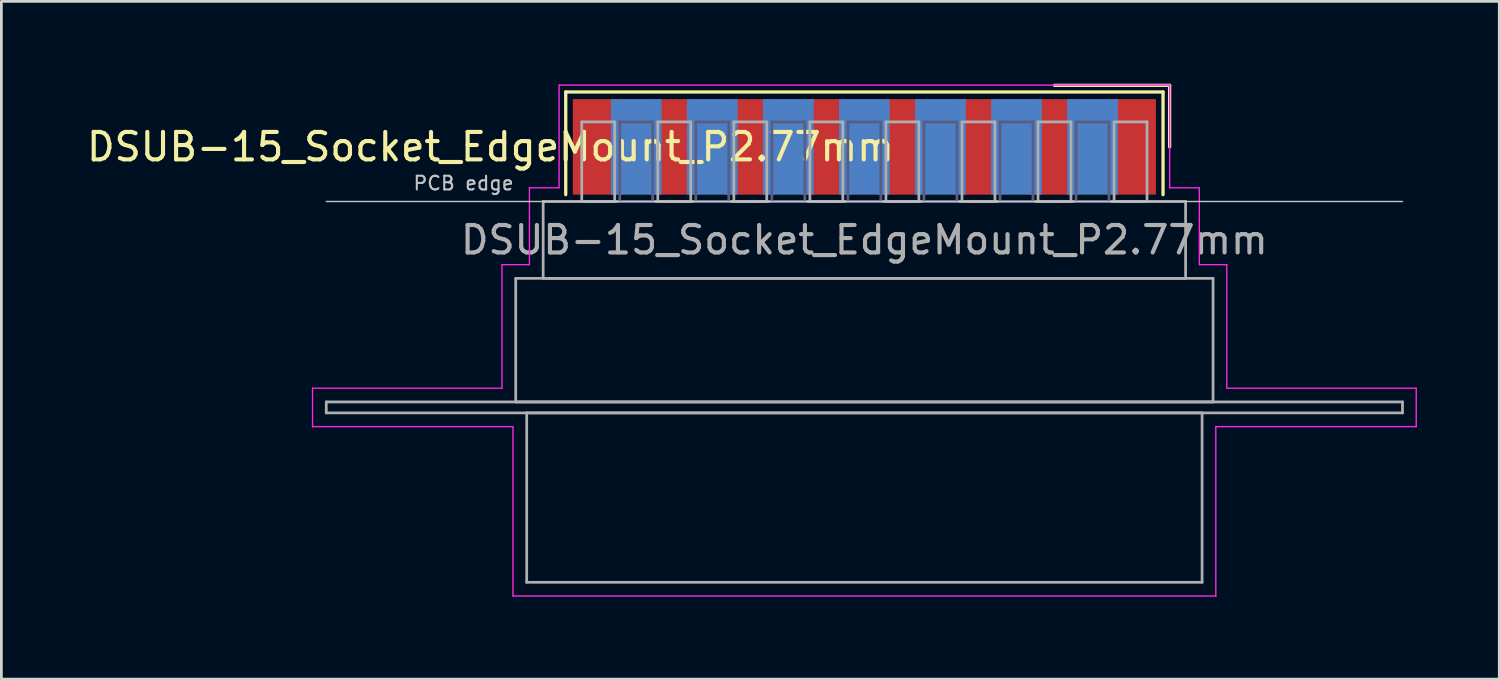
<source format=kicad_pcb>
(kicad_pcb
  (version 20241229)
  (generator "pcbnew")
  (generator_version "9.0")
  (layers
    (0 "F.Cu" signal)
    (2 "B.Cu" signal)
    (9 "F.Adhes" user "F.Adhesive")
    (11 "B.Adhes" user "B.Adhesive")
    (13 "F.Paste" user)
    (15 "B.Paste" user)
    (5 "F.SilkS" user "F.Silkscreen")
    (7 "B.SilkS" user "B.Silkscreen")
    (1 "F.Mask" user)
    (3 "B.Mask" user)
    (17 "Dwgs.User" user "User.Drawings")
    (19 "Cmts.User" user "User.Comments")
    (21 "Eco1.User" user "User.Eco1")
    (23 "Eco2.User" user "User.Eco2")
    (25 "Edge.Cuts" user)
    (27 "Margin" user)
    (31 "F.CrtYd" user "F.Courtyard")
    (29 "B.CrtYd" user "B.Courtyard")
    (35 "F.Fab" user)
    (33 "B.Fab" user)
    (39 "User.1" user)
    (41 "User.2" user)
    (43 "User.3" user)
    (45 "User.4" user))
  (footprint "DSUB-15_Socket_EdgeMount_P2.77mm"
    (layer "F.Cu")
    (at 28.434 2.3)
    (property "Reference" "DSUB-15_Socket_EdgeMount_P2.77mm" (at -13.618 0 0) (layer "F.SilkS") (effects (font (size 1 1) (thickness 0.15))))
    (attr smd)
    (fp_line (start -10.878 -2) (end -10.878 1.74) (stroke (width 0.12) (type solid)) (layer "F.SilkS"))
    (fp_line (start 10.878 -2) (end -10.878 -2) (stroke (width 0.12) (type solid)) (layer "F.SilkS"))
    (fp_line (start 10.878 1.74) (end 10.878 -2) (stroke (width 0.12) (type solid)) (layer "F.SilkS"))
    (fp_line (start 11.118 -2.24) (end 6.925 -2.24) (stroke (width 0.12) (type solid)) (layer "F.SilkS"))
    (fp_line (start 11.118 0) (end 11.118 -2.24) (stroke (width 0.12) (type solid)) (layer "F.SilkS"))
    (fp_line (start -19.6 1.99) (end 19.6 1.99) (stroke (width 0.05) (type solid)) (layer "Dwgs.User"))
    (fp_line (start -20.1 8.79) (end -13.2 8.79) (stroke (width 0.05) (type solid)) (layer "F.CrtYd"))
    (fp_line (start -20.1 10.19) (end -20.1 8.79) (stroke (width 0.05) (type solid)) (layer "F.CrtYd"))
    (fp_line (start -13.2 4.29) (end -12.2 4.29) (stroke (width 0.05) (type solid)) (layer "F.CrtYd"))
    (fp_line (start -13.2 8.79) (end -13.2 4.29) (stroke (width 0.05) (type solid)) (layer "F.CrtYd"))
    (fp_line (start -12.8 10.19) (end -20.1 10.19) (stroke (width 0.05) (type solid)) (layer "F.CrtYd"))
    (fp_line (start -12.8 16.36) (end -12.8 10.19) (stroke (width 0.05) (type solid)) (layer "F.CrtYd"))
    (fp_line (start -12.2 1.49) (end -11.12 1.49) (stroke (width 0.05) (type solid)) (layer "F.CrtYd"))
    (fp_line (start -12.2 4.29) (end -12.2 1.49) (stroke (width 0.05) (type solid)) (layer "F.CrtYd"))
    (fp_line (start -11.12 -2.25) (end 11.12 -2.25) (stroke (width 0.05) (type solid)) (layer "F.CrtYd"))
    (fp_line (start -11.12 1.49) (end -11.12 -2.25) (stroke (width 0.05) (type solid)) (layer "F.CrtYd"))
    (fp_line (start 11.12 -2.25) (end 11.12 1.49) (stroke (width 0.05) (type solid)) (layer "F.CrtYd"))
    (fp_line (start 11.12 1.49) (end 12.2 1.49) (stroke (width 0.05) (type solid)) (layer "F.CrtYd"))
    (fp_line (start 12.2 1.49) (end 12.2 4.29) (stroke (width 0.05) (type solid)) (layer "F.CrtYd"))
    (fp_line (start 12.2 4.29) (end 13.2 4.29) (stroke (width 0.05) (type solid)) (layer "F.CrtYd"))
    (fp_line (start 12.8 10.19) (end 12.8 16.36) (stroke (width 0.05) (type solid)) (layer "F.CrtYd"))
    (fp_line (start 12.8 16.36) (end -12.8 16.36) (stroke (width 0.05) (type solid)) (layer "F.CrtYd"))
    (fp_line (start 13.2 4.29) (end 13.2 8.79) (stroke (width 0.05) (type solid)) (layer "F.CrtYd"))
    (fp_line (start 13.2 8.79) (end 20.1 8.79) (stroke (width 0.05) (type solid)) (layer "F.CrtYd"))
    (fp_line (start 20.1 8.79) (end 20.1 10.19) (stroke (width 0.05) (type solid)) (layer "F.CrtYd"))
    (fp_line (start 20.1 10.19) (end 12.8 10.19) (stroke (width 0.05) (type solid)) (layer "F.CrtYd"))
    (fp_line (start -8.91 -0.91) (end -8.91 1.99) (stroke (width 0.1) (type solid)) (layer "B.Fab"))
    (fp_line (start -8.91 1.99) (end -7.71 1.99) (stroke (width 0.1) (type solid)) (layer "B.Fab"))
    (fp_line (start -7.71 -0.91) (end -8.91 -0.91) (stroke (width 0.1) (type solid)) (layer "B.Fab"))
    (fp_line (start -7.71 1.99) (end -7.71 -0.91) (stroke (width 0.1) (type solid)) (layer "B.Fab"))
    (fp_line (start -6.14 -0.91) (end -6.14 1.99) (stroke (width 0.1) (type solid)) (layer "B.Fab"))
    (fp_line (start -6.14 1.99) (end -4.94 1.99) (stroke (width 0.1) (type solid)) (layer "B.Fab"))
    (fp_line (start -4.94 -0.91) (end -6.14 -0.91) (stroke (width 0.1) (type solid)) (layer "B.Fab"))
    (fp_line (start -4.94 1.99) (end -4.94 -0.91) (stroke (width 0.1) (type solid)) (layer "B.Fab"))
    (fp_line (start -3.37 -0.91) (end -3.37 1.99) (stroke (width 0.1) (type solid)) (layer "B.Fab"))
    (fp_line (start -3.37 1.99) (end -2.17 1.99) (stroke (width 0.1) (type solid)) (layer "B.Fab"))
    (fp_line (start -2.17 -0.91) (end -3.37 -0.91) (stroke (width 0.1) (type solid)) (layer "B.Fab"))
    (fp_line (start -2.17 1.99) (end -2.17 -0.91) (stroke (width 0.1) (type solid)) (layer "B.Fab"))
    (fp_line (start -0.6 -0.91) (end -0.6 1.99) (stroke (width 0.1) (type solid)) (layer "B.Fab"))
    (fp_line (start -0.6 1.99) (end 0.6 1.99) (stroke (width 0.1) (type solid)) (layer "B.Fab"))
    (fp_line (start 0.6 -0.91) (end -0.6 -0.91) (stroke (width 0.1) (type solid)) (layer "B.Fab"))
    (fp_line (start 0.6 1.99) (end 0.6 -0.91) (stroke (width 0.1) (type solid)) (layer "B.Fab"))
    (fp_line (start 2.17 -0.91) (end 2.17 1.99) (stroke (width 0.1) (type solid)) (layer "B.Fab"))
    (fp_line (start 2.17 1.99) (end 3.37 1.99) (stroke (width 0.1) (type solid)) (layer "B.Fab"))
    (fp_line (start 3.37 -0.91) (end 2.17 -0.91) (stroke (width 0.1) (type solid)) (layer "B.Fab"))
    (fp_line (start 3.37 1.99) (end 3.37 -0.91) (stroke (width 0.1) (type solid)) (layer "B.Fab"))
    (fp_line (start 4.94 -0.91) (end 4.94 1.99) (stroke (width 0.1) (type solid)) (layer "B.Fab"))
    (fp_line (start 4.94 1.99) (end 6.14 1.99) (stroke (width 0.1) (type solid)) (layer "B.Fab"))
    (fp_line (start 6.14 -0.91) (end 4.94 -0.91) (stroke (width 0.1) (type solid)) (layer "B.Fab"))
    (fp_line (start 6.14 1.99) (end 6.14 -0.91) (stroke (width 0.1) (type solid)) (layer "B.Fab"))
    (fp_line (start 7.71 -0.91) (end 7.71 1.99) (stroke (width 0.1) (type solid)) (layer "B.Fab"))
    (fp_line (start 7.71 1.99) (end 8.91 1.99) (stroke (width 0.1) (type solid)) (layer "B.Fab"))
    (fp_line (start 8.91 -0.91) (end 7.71 -0.91) (stroke (width 0.1) (type solid)) (layer "B.Fab"))
    (fp_line (start 8.91 1.99) (end 8.91 -0.91) (stroke (width 0.1) (type solid)) (layer "B.Fab"))
    (fp_line (start -19.6 9.29) (end -19.6 9.69) (stroke (width 0.1) (type solid)) (layer "F.Fab"))
    (fp_line (start -19.6 9.69) (end 19.6 9.69) (stroke (width 0.1) (type solid)) (layer "F.Fab"))
    (fp_line (start -12.7 4.79) (end -12.7 9.29) (stroke (width 0.1) (type solid)) (layer "F.Fab"))
    (fp_line (start -12.7 9.29) (end 12.7 9.29) (stroke (width 0.1) (type solid)) (layer "F.Fab"))
    (fp_line (start -12.3 9.69) (end -12.3 15.86) (stroke (width 0.1) (type solid)) (layer "F.Fab"))
    (fp_line (start -12.3 15.86) (end 12.3 15.86) (stroke (width 0.1) (type solid)) (layer "F.Fab"))
    (fp_line (start -11.7 1.99) (end -11.7 4.79) (stroke (width 0.1) (type solid)) (layer "F.Fab"))
    (fp_line (start -11.7 4.79) (end 11.7 4.79) (stroke (width 0.1) (type solid)) (layer "F.Fab"))
    (fp_line (start -10.295 -0.91) (end -10.295 1.99) (stroke (width 0.1) (type solid)) (layer "F.Fab"))
    (fp_line (start -10.295 1.99) (end -9.095 1.99) (stroke (width 0.1) (type solid)) (layer "F.Fab"))
    (fp_line (start -9.095 -0.91) (end -10.295 -0.91) (stroke (width 0.1) (type solid)) (layer "F.Fab"))
    (fp_line (start -9.095 1.99) (end -9.095 -0.91) (stroke (width 0.1) (type solid)) (layer "F.Fab"))
    (fp_line (start -7.525 -0.91) (end -7.525 1.99) (stroke (width 0.1) (type solid)) (layer "F.Fab"))
    (fp_line (start -7.525 1.99) (end -6.325 1.99) (stroke (width 0.1) (type solid)) (layer "F.Fab"))
    (fp_line (start -6.325 -0.91) (end -7.525 -0.91) (stroke (width 0.1) (type solid)) (layer "F.Fab"))
    (fp_line (start -6.325 1.99) (end -6.325 -0.91) (stroke (width 0.1) (type solid)) (layer "F.Fab"))
    (fp_line (start -4.755 -0.91) (end -4.755 1.99) (stroke (width 0.1) (type solid)) (layer "F.Fab"))
    (fp_line (start -4.755 1.99) (end -3.555 1.99) (stroke (width 0.1) (type solid)) (layer "F.Fab"))
    (fp_line (start -3.555 -0.91) (end -4.755 -0.91) (stroke (width 0.1) (type solid)) (layer "F.Fab"))
    (fp_line (start -3.555 1.99) (end -3.555 -0.91) (stroke (width 0.1) (type solid)) (layer "F.Fab"))
    (fp_line (start -1.985 -0.91) (end -1.985 1.99) (stroke (width 0.1) (type solid)) (layer "F.Fab"))
    (fp_line (start -1.985 1.99) (end -0.785 1.99) (stroke (width 0.1) (type solid)) (layer "F.Fab"))
    (fp_line (start -0.785 -0.91) (end -1.985 -0.91) (stroke (width 0.1) (type solid)) (layer "F.Fab"))
    (fp_line (start -0.785 1.99) (end -0.785 -0.91) (stroke (width 0.1) (type solid)) (layer "F.Fab"))
    (fp_line (start 0.785 -0.91) (end 0.785 1.99) (stroke (width 0.1) (type solid)) (layer "F.Fab"))
    (fp_line (start 0.785 1.99) (end 1.985 1.99) (stroke (width 0.1) (type solid)) (layer "F.Fab"))
    (fp_line (start 1.985 -0.91) (end 0.785 -0.91) (stroke (width 0.1) (type solid)) (layer "F.Fab"))
    (fp_line (start 1.985 1.99) (end 1.985 -0.91) (stroke (width 0.1) (type solid)) (layer "F.Fab"))
    (fp_line (start 3.555 -0.91) (end 3.555 1.99) (stroke (width 0.1) (type solid)) (layer "F.Fab"))
    (fp_line (start 3.555 1.99) (end 4.755 1.99) (stroke (width 0.1) (type solid)) (layer "F.Fab"))
    (fp_line (start 4.755 -0.91) (end 3.555 -0.91) (stroke (width 0.1) (type solid)) (layer "F.Fab"))
    (fp_line (start 4.755 1.99) (end 4.755 -0.91) (stroke (width 0.1) (type solid)) (layer "F.Fab"))
    (fp_line (start 6.325 -0.91) (end 6.325 1.99) (stroke (width 0.1) (type solid)) (layer "F.Fab"))
    (fp_line (start 6.325 1.99) (end 7.525 1.99) (stroke (width 0.1) (type solid)) (layer "F.Fab"))
    (fp_line (start 7.525 -0.91) (end 6.325 -0.91) (stroke (width 0.1) (type solid)) (layer "F.Fab"))
    (fp_line (start 7.525 1.99) (end 7.525 -0.91) (stroke (width 0.1) (type solid)) (layer "F.Fab"))
    (fp_line (start 9.095 -0.91) (end 9.095 1.99) (stroke (width 0.1) (type solid)) (layer "F.Fab"))
    (fp_line (start 9.095 1.99) (end 10.295 1.99) (stroke (width 0.1) (type solid)) (layer "F.Fab"))
    (fp_line (start 10.295 -0.91) (end 9.095 -0.91) (stroke (width 0.1) (type solid)) (layer "F.Fab"))
    (fp_line (start 10.295 1.99) (end 10.295 -0.91) (stroke (width 0.1) (type solid)) (layer "F.Fab"))
    (fp_line (start 11.7 1.99) (end -11.7 1.99) (stroke (width 0.1) (type solid)) (layer "F.Fab"))
    (fp_line (start 11.7 4.79) (end 11.7 1.99) (stroke (width 0.1) (type solid)) (layer "F.Fab"))
    (fp_line (start 12.3 9.69) (end -12.3 9.69) (stroke (width 0.1) (type solid)) (layer "F.Fab"))
    (fp_line (start 12.3 15.86) (end 12.3 9.69) (stroke (width 0.1) (type solid)) (layer "F.Fab"))
    (fp_line (start 12.7 4.79) (end -12.7 4.79) (stroke (width 0.1) (type solid)) (layer "F.Fab"))
    (fp_line (start 12.7 9.29) (end 12.7 4.79) (stroke (width 0.1) (type solid)) (layer "F.Fab"))
    (fp_line (start 19.6 9.29) (end -19.6 9.29) (stroke (width 0.1) (type solid)) (layer "F.Fab"))
    (fp_line (start 19.6 9.69) (end 19.6 9.29) (stroke (width 0.1) (type solid)) (layer "F.Fab"))
    (fp_text user "PCB edge" (at -14.6 1.323 0) (layer "Dwgs.User") (effects (font (size 0.5 0.5) (thickness 0.075))))
    (fp_text user "${REFERENCE}" (at 0 3.39 0) (layer "F.Fab") (effects (font (size 1 1) (thickness 0.15))))
    (pad "1" smd rect (at 9.695 0) (size 1.847 3.48) (layers "F.Cu" "F.Mask" "F.Paste"))
    (pad "2" smd rect (at 6.925 0) (size 1.847 3.48) (layers "F.Cu" "F.Mask" "F.Paste"))
    (pad "3" smd rect (at 4.155 0) (size 1.847 3.48) (layers "F.Cu" "F.Mask" "F.Paste"))
    (pad "4" smd rect (at 1.385 0) (size 1.847 3.48) (layers "F.Cu" "F.Mask" "F.Paste"))
    (pad "5" smd rect (at -1.385 0) (size 1.847 3.48) (layers "F.Cu" "F.Mask" "F.Paste"))
    (pad "6" smd rect (at -4.155 0) (size 1.847 3.48) (layers "F.Cu" "F.Mask" "F.Paste"))
    (pad "7" smd rect (at -6.925 0) (size 1.847 3.48) (layers "F.Cu" "F.Mask" "F.Paste"))
    (pad "8" smd rect (at -9.695 0) (size 1.847 3.48) (layers "F.Cu" "F.Mask" "F.Paste"))
    (pad "9" smd rect (at 8.31 0) (size 1.847 3.48) (layers "B.Cu" "B.Mask" "B.Paste"))
    (pad "10" smd rect (at 5.54 0) (size 1.847 3.48) (layers "B.Cu" "B.Mask" "B.Paste"))
    (pad "11" smd rect (at 2.77 0) (size 1.847 3.48) (layers "B.Cu" "B.Mask" "B.Paste"))
    (pad "12" smd rect (at 0 0) (size 1.847 3.48) (layers "B.Cu" "B.Mask" "B.Paste"))
    (pad "13" smd rect (at -2.77 0) (size 1.847 3.48) (layers "B.Cu" "B.Mask" "B.Paste"))
    (pad "14" smd rect (at -5.54 0) (size 1.847 3.48) (layers "B.Cu" "B.Mask" "B.Paste"))
    (pad "15" smd rect (at -8.31 0) (size 1.847 3.48) (layers "B.Cu" "B.Mask" "B.Paste")))
  (gr_rect
    (start -3 -3)
    (end 51.559 21.685)
    (stroke (width 0.1) (type default))
    (fill no)
    (layer "Edge.Cuts")))
</source>
